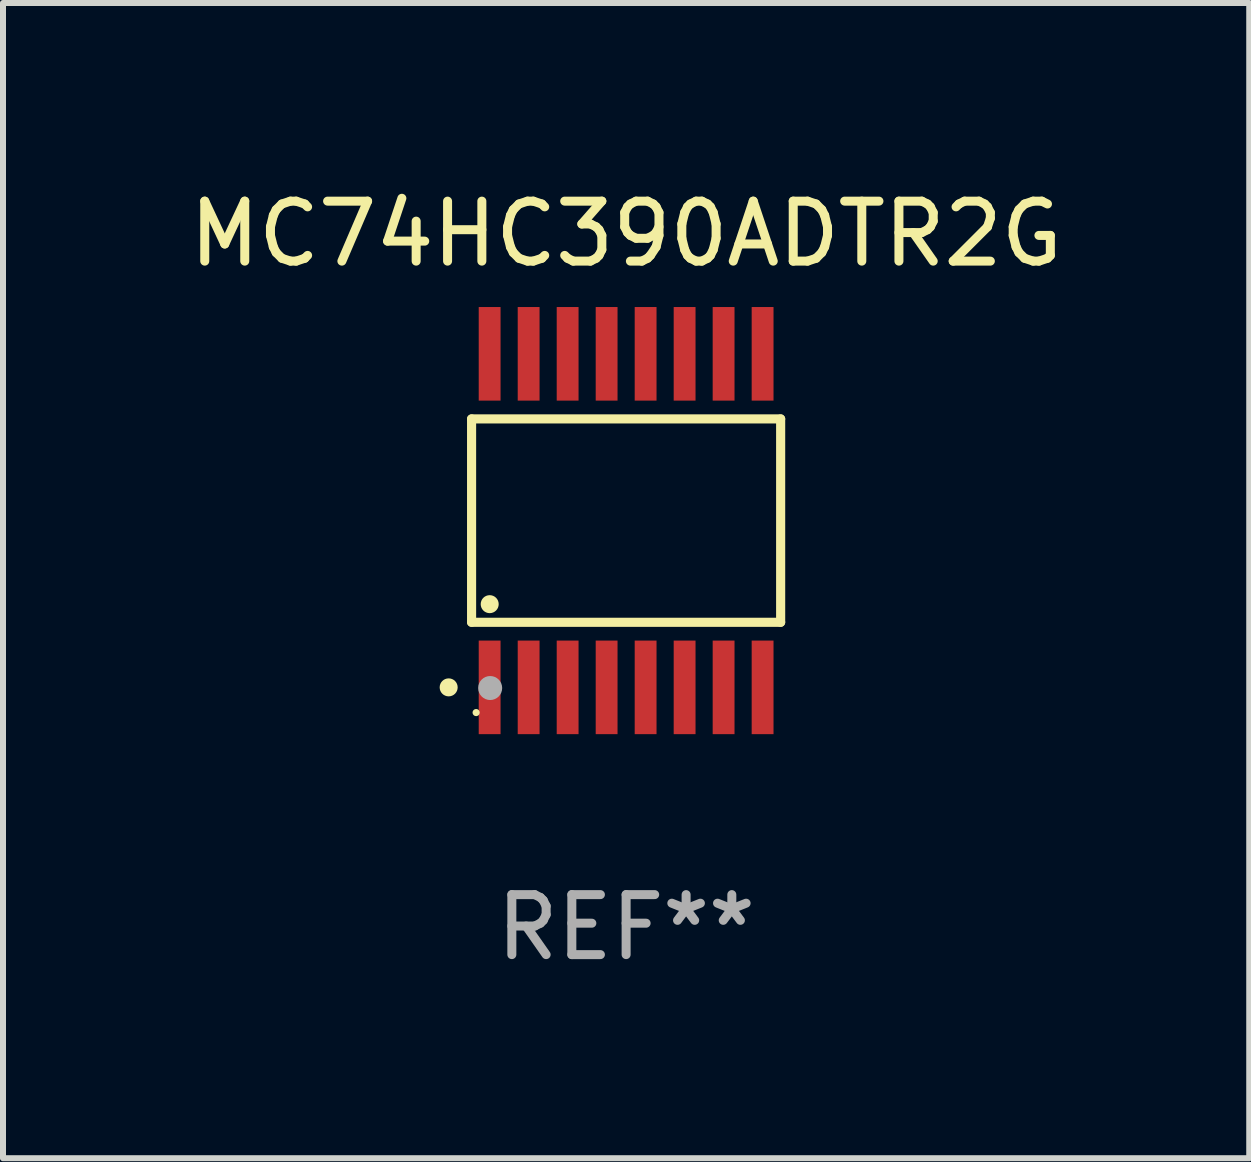
<source format=kicad_pcb>
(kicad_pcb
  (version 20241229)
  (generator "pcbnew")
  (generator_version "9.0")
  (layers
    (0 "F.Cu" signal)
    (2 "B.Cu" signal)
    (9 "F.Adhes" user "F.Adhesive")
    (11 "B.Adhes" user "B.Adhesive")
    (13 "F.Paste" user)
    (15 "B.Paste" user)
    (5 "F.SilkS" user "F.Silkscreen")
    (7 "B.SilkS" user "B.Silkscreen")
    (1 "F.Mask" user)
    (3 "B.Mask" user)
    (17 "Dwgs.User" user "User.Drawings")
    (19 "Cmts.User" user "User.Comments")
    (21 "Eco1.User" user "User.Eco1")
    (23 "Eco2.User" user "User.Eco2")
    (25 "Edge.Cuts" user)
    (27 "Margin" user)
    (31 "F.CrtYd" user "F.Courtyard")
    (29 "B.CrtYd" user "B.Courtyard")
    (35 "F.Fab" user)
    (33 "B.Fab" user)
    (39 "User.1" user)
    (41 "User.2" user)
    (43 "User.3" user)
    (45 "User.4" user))
  (footprint "MC74HC390ADTR2G"
    (layer "F.Cu")
    (at 7.387 5.628)
    (property "Reference" "MC74HC390ADTR2G" (at 0 -4.78 0) (layer "F.SilkS") (effects (font (size 1 1) (thickness 0.15))))
    (attr through_hole)
    (fp_line (start -2.576 -1.695) (end 2.576 -1.695) (stroke (width 0.152) (type solid)) (layer "F.SilkS"))
    (fp_line (start -2.576 1.695) (end -2.576 -1.695) (stroke (width 0.152) (type solid)) (layer "F.SilkS"))
    (fp_line (start 2.576 -1.695) (end 2.576 1.695) (stroke (width 0.152) (type solid)) (layer "F.SilkS"))
    (fp_line (start 2.576 1.695) (end -2.576 1.695) (stroke (width 0.152) (type solid)) (layer "F.SilkS"))
    (fp_circle (center -2.958 2.78) (end -2.883 2.78) (stroke (width 0.15) (type solid)) (fill no) (layer "F.SilkS"))
    (fp_circle (center -2.5 3.2) (end -2.47 3.2) (stroke (width 0.06) (type solid)) (fill no) (layer "F.SilkS"))
    (fp_circle (center -2.274 1.393) (end -2.199 1.393) (stroke (width 0.15) (type solid)) (fill no) (layer "F.SilkS"))
    (fp_circle (center -2.266 2.791) (end -2.166 2.791) (stroke (width 0.2) (type solid)) (fill no) (layer "F.Fab"))
    (fp_text user "REF**" (at 0 6.78 0) (layer "F.Fab") (effects (font (size 1 1) (thickness 0.15))))
    (pad "1" smd rect (at -2.275 2.78) (size 0.364 1.56) (layers "F.Cu" "F.Mask" "F.Paste"))
    (pad "2" smd rect (at -1.625 2.78) (size 0.364 1.56) (layers "F.Cu" "F.Mask" "F.Paste"))
    (pad "3" smd rect (at -0.975 2.78) (size 0.364 1.56) (layers "F.Cu" "F.Mask" "F.Paste"))
    (pad "4" smd rect (at -0.325 2.78) (size 0.364 1.56) (layers "F.Cu" "F.Mask" "F.Paste"))
    (pad "5" smd rect (at 0.325 2.78) (size 0.364 1.56) (layers "F.Cu" "F.Mask" "F.Paste"))
    (pad "6" smd rect (at 0.975 2.78) (size 0.364 1.56) (layers "F.Cu" "F.Mask" "F.Paste"))
    (pad "7" smd rect (at 1.625 2.78) (size 0.364 1.56) (layers "F.Cu" "F.Mask" "F.Paste"))
    (pad "8" smd rect (at 2.275 2.78) (size 0.364 1.56) (layers "F.Cu" "F.Mask" "F.Paste"))
    (pad "9" smd rect (at 2.275 -2.78) (size 0.364 1.56) (layers "F.Cu" "F.Mask" "F.Paste"))
    (pad "10" smd rect (at 1.625 -2.78) (size 0.364 1.56) (layers "F.Cu" "F.Mask" "F.Paste"))
    (pad "11" smd rect (at 0.975 -2.78) (size 0.364 1.56) (layers "F.Cu" "F.Mask" "F.Paste"))
    (pad "12" smd rect (at 0.325 -2.78) (size 0.364 1.56) (layers "F.Cu" "F.Mask" "F.Paste"))
    (pad "13" smd rect (at -0.325 -2.78) (size 0.364 1.56) (layers "F.Cu" "F.Mask" "F.Paste"))
    (pad "14" smd rect (at -0.975 -2.78) (size 0.364 1.56) (layers "F.Cu" "F.Mask" "F.Paste"))
    (pad "15" smd rect (at -1.625 -2.78) (size 0.364 1.56) (layers "F.Cu" "F.Mask" "F.Paste"))
    (pad "16" smd rect (at -2.275 -2.78) (size 0.364 1.56) (layers "F.Cu" "F.Mask" "F.Paste")))
  (gr_rect
    (start -3 -3)
    (end 17.774 16.257)
    (stroke (width 0.1) (type default))
    (fill no)
    (layer "Edge.Cuts")))
</source>
